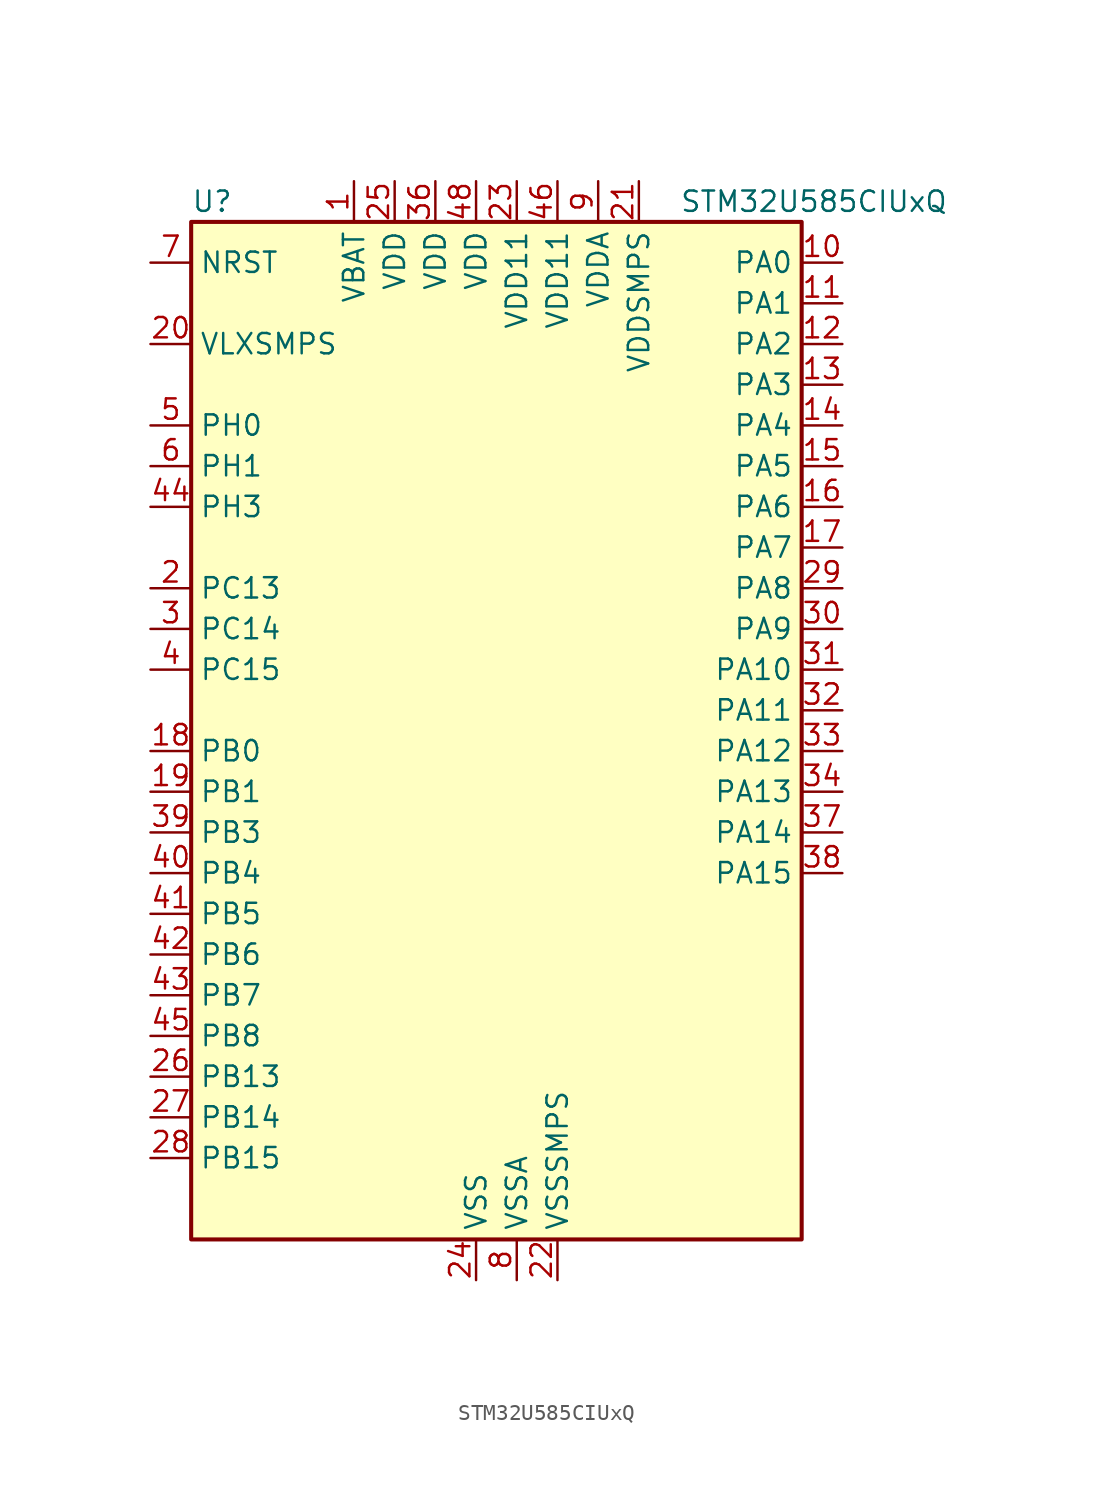
<source format=kicad_sym>
(kicad_symbol_lib
  (version 20211014)
  (generator kicad-library-utils)
  (symbol "STM32U585CIUxQ"
    (property "Reference" "U"
      (at -17.78 34.29 0)
      (effects (font (size 1.27 1.27)) (justify left)))
    (property "Value" "STM32U585CIUxQ"
      (at 12.7 34.29 0)
      (effects (font (size 1.27 1.27)) (justify left)))
    (property "ki_fp_filters" "QFN*1EP*7x7mm*P0.5mm*"
      (at 0.0 0.0 0.0)
      (effects (font (size 1.27 1.27))))
    (symbol "STM32U585CIUxQ_0_1"
      (rectangle (start -17.78 -30.48) (end 20.32 33.02) (stroke (width 0.254)) (fill (type background))))
    (symbol "STM32U585CIUxQ_1_1"
      (pin input line (at -20.32 30.48 0) (length 2.54) (name "NRST" (effects (font (size 1.27 1.27)))) (number "7" (effects (font (size 1.27 1.27)))))
      (pin power_in line (at -20.32 25.4 0) (length 2.54) (name "VLXSMPS" (effects (font (size 1.27 1.27)))) (number "20" (effects (font (size 1.27 1.27)))))
      (pin bidirectional line (at -20.32 20.32 0) (length 2.54) (name "PH0" (effects (font (size 1.27 1.27)))) (number "5" (effects (font (size 1.27 1.27)))) (alternate "RCC_OSC_IN" bidirectional line))
      (pin bidirectional line (at -20.32 17.78 0) (length 2.54) (name "PH1" (effects (font (size 1.27 1.27)))) (number "6" (effects (font (size 1.27 1.27)))) (alternate "RCC_OSC_OUT" bidirectional line))
      (pin bidirectional line (at -20.32 15.24 0) (length 2.54) (name "PH3" (effects (font (size 1.27 1.27)))) (number "44" (effects (font (size 1.27 1.27)))))
      (pin bidirectional line (at -20.32 10.16 0) (length 2.54) (name "PC13" (effects (font (size 1.27 1.27)))) (number "2" (effects (font (size 1.27 1.27)))) (alternate "PWR_WKUP2" bidirectional line) (alternate "RTC_OUT1" bidirectional line) (alternate "RTC_TS" bidirectional line) (alternate "TAMP_IN1" bidirectional line) (alternate "TAMP_OUT2" bidirectional line))
      (pin bidirectional line (at -20.32 7.62 0) (length 2.54) (name "PC14" (effects (font (size 1.27 1.27)))) (number "3" (effects (font (size 1.27 1.27)))) (alternate "RCC_OSC32_IN" bidirectional line))
      (pin bidirectional line (at -20.32 5.08 0) (length 2.54) (name "PC15" (effects (font (size 1.27 1.27)))) (number "4" (effects (font (size 1.27 1.27)))) (alternate "ADC1_EXTI15" bidirectional line) (alternate "ADC4_EXTI15" bidirectional line) (alternate "RCC_OSC32_OUT" bidirectional line))
      (pin bidirectional line (at -20.32 0.0 0) (length 2.54) (name "PB0" (effects (font (size 1.27 1.27)))) (number "18" (effects (font (size 1.27 1.27)))) (alternate "ADC1_IN15" bidirectional line) (alternate "ADC4_IN18" bidirectional line) (alternate "AUDIOCLK" bidirectional line) (alternate "COMP1_OUT" bidirectional line) (alternate "LPTIM3_CH1" bidirectional line) (alternate "OCTOSPIM_P1_IO1" bidirectional line) (alternate "OPAMP2_VOUT" bidirectional line) (alternate "SPI1_NSS" bidirectional line) (alternate "TIM1_CH2N" bidirectional line) (alternate "TIM3_CH3" bidirectional line) (alternate "TIM8_CH2N" bidirectional line) (alternate "USART3_CK" bidirectional line))
      (pin bidirectional line (at -20.32 -2.54 0) (length 2.54) (name "PB1" (effects (font (size 1.27 1.27)))) (number "19" (effects (font (size 1.27 1.27)))) (alternate "ADC1_IN16" bidirectional line) (alternate "ADC4_IN19" bidirectional line) (alternate "COMP1_INM" bidirectional line) (alternate "LPTIM2_IN1" bidirectional line) (alternate "LPTIM3_CH2" bidirectional line) (alternate "LPUART1_DE" bidirectional line) (alternate "LPUART1_RTS" bidirectional line) (alternate "MDF1_SDI0" bidirectional line) (alternate "OCTOSPIM_P1_IO0" bidirectional line) (alternate "PWR_WKUP4" bidirectional line) (alternate "TIM1_CH3N" bidirectional line) (alternate "TIM3_CH4" bidirectional line) (alternate "TIM8_CH3N" bidirectional line) (alternate "USART3_DE" bidirectional line) (alternate "USART3_RTS" bidirectional line))
      (pin bidirectional line (at -20.32 -5.08 0) (length 2.54) (name "PB3" (effects (font (size 1.27 1.27)))) (number "39" (effects (font (size 1.27 1.27)))) (alternate "ADF1_CCK0" bidirectional line) (alternate "COMP2_INM" bidirectional line) (alternate "CRS_SYNC" bidirectional line) (alternate "DEBUG_JTDO-SWO" bidirectional line) (alternate "I2C1_SDA" bidirectional line) (alternate "LPTIM1_CH1" bidirectional line) (alternate "SAI1_SCK_B" bidirectional line) (alternate "SPI1_SCK" bidirectional line) (alternate "SPI3_SCK" bidirectional line) (alternate "TIM2_CH2" bidirectional line) (alternate "USART1_DE" bidirectional line) (alternate "USART1_RTS" bidirectional line))
      (pin bidirectional line (at -20.32 -7.62 0) (length 2.54) (name "PB4" (effects (font (size 1.27 1.27)))) (number "40" (effects (font (size 1.27 1.27)))) (alternate "ADF1_SDI0" bidirectional line) (alternate "COMP2_INP" bidirectional line) (alternate "DEBUG_JTRST" bidirectional line) (alternate "I2C3_SDA" bidirectional line) (alternate "LPTIM1_CH2" bidirectional line) (alternate "SAI1_MCLK_B" bidirectional line) (alternate "SPI1_MISO" bidirectional line) (alternate "SPI3_MISO" bidirectional line) (alternate "TIM17_BKIN" bidirectional line) (alternate "TIM3_CH1" bidirectional line) (alternate "TSC_G2_IO1" bidirectional line) (alternate "USART1_CTS" bidirectional line))
      (pin bidirectional line (at -20.32 -10.16 0) (length 2.54) (name "PB5" (effects (font (size 1.27 1.27)))) (number "41" (effects (font (size 1.27 1.27)))) (alternate "COMP2_OUT" bidirectional line) (alternate "I2C1_SMBA" bidirectional line) (alternate "LPTIM1_IN1" bidirectional line) (alternate "OCTOSPIM_P1_NCLK" bidirectional line) (alternate "PWR_WKUP6" bidirectional line) (alternate "SAI1_SD_B" bidirectional line) (alternate "SPI1_MOSI" bidirectional line) (alternate "SPI3_MOSI" bidirectional line) (alternate "TIM16_BKIN" bidirectional line) (alternate "TIM3_CH2" bidirectional line) (alternate "TSC_G2_IO2" bidirectional line) (alternate "UCPD1_DBCC1" bidirectional line) (alternate "USART1_CK" bidirectional line))
      (pin bidirectional line (at -20.32 -12.7 0) (length 2.54) (name "PB6" (effects (font (size 1.27 1.27)))) (number "42" (effects (font (size 1.27 1.27)))) (alternate "COMP2_INP" bidirectional line) (alternate "I2C1_SCL" bidirectional line) (alternate "I2C4_SCL" bidirectional line) (alternate "LPTIM1_ETR" bidirectional line) (alternate "MDF1_SDI5" bidirectional line) (alternate "PWR_WKUP3" bidirectional line) (alternate "SAI1_FS_B" bidirectional line) (alternate "TIM16_CH1N" bidirectional line) (alternate "TIM4_CH1" bidirectional line) (alternate "TIM8_BKIN2" bidirectional line) (alternate "TSC_G2_IO3" bidirectional line) (alternate "USART1_TX" bidirectional line))
      (pin bidirectional line (at -20.32 -15.24 0) (length 2.54) (name "PB7" (effects (font (size 1.27 1.27)))) (number "43" (effects (font (size 1.27 1.27)))) (alternate "COMP2_INM" bidirectional line) (alternate "I2C1_SDA" bidirectional line) (alternate "I2C4_SDA" bidirectional line) (alternate "LPTIM1_IN2" bidirectional line) (alternate "MDF1_CKI5" bidirectional line) (alternate "PWR_PVD_IN" bidirectional line) (alternate "PWR_WKUP4" bidirectional line) (alternate "TIM17_CH1N" bidirectional line) (alternate "TIM4_CH2" bidirectional line) (alternate "TIM8_BKIN" bidirectional line) (alternate "TSC_G2_IO4" bidirectional line) (alternate "UART4_CTS" bidirectional line) (alternate "USART1_RX" bidirectional line))
      (pin bidirectional line (at -20.32 -17.78 0) (length 2.54) (name "PB8" (effects (font (size 1.27 1.27)))) (number "45" (effects (font (size 1.27 1.27)))) (alternate "FDCAN1_RX" bidirectional line) (alternate "I2C1_SCL" bidirectional line) (alternate "MDF1_CCK0" bidirectional line) (alternate "PWR_WKUP5" bidirectional line) (alternate "SAI1_CK1" bidirectional line) (alternate "SAI1_MCLK_A" bidirectional line) (alternate "SPI3_RDY" bidirectional line) (alternate "TIM16_CH1" bidirectional line) (alternate "TIM4_CH3" bidirectional line))
      (pin bidirectional line (at -20.32 -20.32 0) (length 2.54) (name "PB13" (effects (font (size 1.27 1.27)))) (number "26" (effects (font (size 1.27 1.27)))) (alternate "I2C2_SCL" bidirectional line) (alternate "LPTIM3_IN1" bidirectional line) (alternate "LPUART1_CTS" bidirectional line) (alternate "MDF1_CKI1" bidirectional line) (alternate "SPI2_SCK" bidirectional line) (alternate "TIM15_CH1N" bidirectional line) (alternate "TIM1_CH1N" bidirectional line) (alternate "TSC_G1_IO2" bidirectional line) (alternate "USART3_CTS" bidirectional line))
      (pin bidirectional line (at -20.32 -22.86 0) (length 2.54) (name "PB14" (effects (font (size 1.27 1.27)))) (number "27" (effects (font (size 1.27 1.27)))) (alternate "I2C2_SDA" bidirectional line) (alternate "LPTIM3_ETR" bidirectional line) (alternate "MDF1_SDI2" bidirectional line) (alternate "SPI2_MISO" bidirectional line) (alternate "TIM15_CH1" bidirectional line) (alternate "TIM1_CH2N" bidirectional line) (alternate "TIM8_CH2N" bidirectional line) (alternate "TSC_G1_IO3" bidirectional line) (alternate "UCPD1_DBCC2" bidirectional line) (alternate "USART3_DE" bidirectional line) (alternate "USART3_RTS" bidirectional line))
      (pin bidirectional line (at -20.32 -25.4 0) (length 2.54) (name "PB15" (effects (font (size 1.27 1.27)))) (number "28" (effects (font (size 1.27 1.27)))) (alternate "ADC1_EXTI15" bidirectional line) (alternate "ADC4_EXTI15" bidirectional line) (alternate "LPTIM2_IN2" bidirectional line) (alternate "MDF1_CKI2" bidirectional line) (alternate "PWR_WKUP7" bidirectional line) (alternate "RTC_REFIN" bidirectional line) (alternate "SPI2_MOSI" bidirectional line) (alternate "TIM15_CH2" bidirectional line) (alternate "TIM1_CH3N" bidirectional line) (alternate "TIM8_CH3N" bidirectional line) (alternate "UCPD1_CC2" bidirectional line))
      (pin bidirectional line (at 22.86 30.48 180) (length 2.54) (name "PA0" (effects (font (size 1.27 1.27)))) (number "10" (effects (font (size 1.27 1.27)))) (alternate "ADC1_IN5" bidirectional line) (alternate "AUDIOCLK" bidirectional line) (alternate "OCTOSPIM_P2_NCS" bidirectional line) (alternate "OPAMP1_VINP" bidirectional line) (alternate "PWR_WKUP1" bidirectional line) (alternate "SPI3_RDY" bidirectional line) (alternate "TAMP_IN2" bidirectional line) (alternate "TAMP_OUT1" bidirectional line) (alternate "TIM2_CH1" bidirectional line) (alternate "TIM2_ETR" bidirectional line) (alternate "TIM5_CH1" bidirectional line) (alternate "TIM8_ETR" bidirectional line) (alternate "UART4_TX" bidirectional line) (alternate "USART2_CTS" bidirectional line))
      (pin bidirectional line (at 22.86 27.94 180) (length 2.54) (name "PA1" (effects (font (size 1.27 1.27)))) (number "11" (effects (font (size 1.27 1.27)))) (alternate "ADC1_IN6" bidirectional line) (alternate "I2C1_SMBA" bidirectional line) (alternate "LPTIM1_CH2" bidirectional line) (alternate "OCTOSPIM_P1_DQS" bidirectional line) (alternate "OPAMP1_VINM" bidirectional line) (alternate "PWR_WKUP3" bidirectional line) (alternate "SPI1_SCK" bidirectional line) (alternate "TAMP_IN5" bidirectional line) (alternate "TAMP_OUT4" bidirectional line) (alternate "TIM15_CH1N" bidirectional line) (alternate "TIM2_CH2" bidirectional line) (alternate "TIM5_CH2" bidirectional line) (alternate "UART4_RX" bidirectional line) (alternate "USART2_DE" bidirectional line) (alternate "USART2_RTS" bidirectional line))
      (pin bidirectional line (at 22.86 25.4 180) (length 2.54) (name "PA2" (effects (font (size 1.27 1.27)))) (number "12" (effects (font (size 1.27 1.27)))) (alternate "ADC1_IN7" bidirectional line) (alternate "COMP1_INP" bidirectional line) (alternate "LPUART1_TX" bidirectional line) (alternate "OCTOSPIM_P1_NCS" bidirectional line) (alternate "PWR_WKUP4" bidirectional line) (alternate "RCC_LSCO" bidirectional line) (alternate "SPI1_RDY" bidirectional line) (alternate "TIM15_CH1" bidirectional line) (alternate "TIM2_CH3" bidirectional line) (alternate "TIM5_CH3" bidirectional line) (alternate "UCPD1_FRSTX1" bidirectional line) (alternate "USART2_TX" bidirectional line))
      (pin bidirectional line (at 22.86 22.86 180) (length 2.54) (name "PA3" (effects (font (size 1.27 1.27)))) (number "13" (effects (font (size 1.27 1.27)))) (alternate "ADC1_IN8" bidirectional line) (alternate "LPUART1_RX" bidirectional line) (alternate "OCTOSPIM_P1_CLK" bidirectional line) (alternate "OPAMP1_VOUT" bidirectional line) (alternate "PWR_WKUP5" bidirectional line) (alternate "SAI1_CK1" bidirectional line) (alternate "SAI1_MCLK_A" bidirectional line) (alternate "TIM15_CH2" bidirectional line) (alternate "TIM2_CH4" bidirectional line) (alternate "TIM5_CH4" bidirectional line) (alternate "USART2_RX" bidirectional line))
      (pin bidirectional line (at 22.86 20.32 180) (length 2.54) (name "PA4" (effects (font (size 1.27 1.27)))) (number "14" (effects (font (size 1.27 1.27)))) (alternate "ADC1_IN9" bidirectional line) (alternate "ADC4_IN9" bidirectional line) (alternate "DAC1_OUT1" bidirectional line) (alternate "LPTIM2_CH1" bidirectional line) (alternate "OCTOSPIM_P1_NCS" bidirectional line) (alternate "PWR_WKUP2" bidirectional line) (alternate "SAI1_FS_B" bidirectional line) (alternate "SPI1_NSS" bidirectional line) (alternate "SPI3_NSS" bidirectional line) (alternate "USART2_CK" bidirectional line))
      (pin bidirectional line (at 22.86 17.78 180) (length 2.54) (name "PA5" (effects (font (size 1.27 1.27)))) (number "15" (effects (font (size 1.27 1.27)))) (alternate "ADC1_IN10" bidirectional line) (alternate "ADC4_IN10" bidirectional line) (alternate "DAC1_OUT2" bidirectional line) (alternate "LPTIM2_ETR" bidirectional line) (alternate "PWR_CSLEEP" bidirectional line) (alternate "PWR_WKUP6" bidirectional line) (alternate "SPI1_SCK" bidirectional line) (alternate "TIM2_CH1" bidirectional line) (alternate "TIM2_ETR" bidirectional line) (alternate "TIM8_CH1N" bidirectional line) (alternate "USART3_RX" bidirectional line))
      (pin bidirectional line (at 22.86 15.24 180) (length 2.54) (name "PA6" (effects (font (size 1.27 1.27)))) (number "16" (effects (font (size 1.27 1.27)))) (alternate "ADC1_IN11" bidirectional line) (alternate "ADC4_IN11" bidirectional line) (alternate "LPUART1_CTS" bidirectional line) (alternate "OCTOSPIM_P1_IO3" bidirectional line) (alternate "OPAMP2_VINP" bidirectional line) (alternate "PWR_CDSTOP" bidirectional line) (alternate "PWR_WKUP7" bidirectional line) (alternate "SPI1_MISO" bidirectional line) (alternate "TIM16_CH1" bidirectional line) (alternate "TIM1_BKIN" bidirectional line) (alternate "TIM3_CH1" bidirectional line) (alternate "TIM8_BKIN" bidirectional line) (alternate "USART3_CTS" bidirectional line))
      (pin bidirectional line (at 22.86 12.7 180) (length 2.54) (name "PA7" (effects (font (size 1.27 1.27)))) (number "17" (effects (font (size 1.27 1.27)))) (alternate "ADC1_IN12" bidirectional line) (alternate "ADC4_IN20" bidirectional line) (alternate "I2C3_SCL" bidirectional line) (alternate "LPTIM2_CH2" bidirectional line) (alternate "OCTOSPIM_P1_IO2" bidirectional line) (alternate "OPAMP2_VINM" bidirectional line) (alternate "PWR_SRDSTOP" bidirectional line) (alternate "PWR_WKUP8" bidirectional line) (alternate "SPI1_MOSI" bidirectional line) (alternate "TIM17_CH1" bidirectional line) (alternate "TIM1_CH1N" bidirectional line) (alternate "TIM3_CH2" bidirectional line) (alternate "TIM8_CH1N" bidirectional line) (alternate "USART3_TX" bidirectional line))
      (pin bidirectional line (at 22.86 10.16 180) (length 2.54) (name "PA8" (effects (font (size 1.27 1.27)))) (number "29" (effects (font (size 1.27 1.27)))) (alternate "DEBUG_TRACECLK" bidirectional line) (alternate "LPTIM2_CH1" bidirectional line) (alternate "RCC_MCO" bidirectional line) (alternate "SAI1_CK2" bidirectional line) (alternate "SAI1_SCK_A" bidirectional line) (alternate "SPI1_RDY" bidirectional line) (alternate "TIM1_CH1" bidirectional line) (alternate "USART1_CK" bidirectional line) (alternate "USB_OTG_FS_SOF" bidirectional line))
      (pin bidirectional line (at 22.86 7.62 180) (length 2.54) (name "PA9" (effects (font (size 1.27 1.27)))) (number "30" (effects (font (size 1.27 1.27)))) (alternate "DAC1_EXTI9" bidirectional line) (alternate "SAI1_FS_A" bidirectional line) (alternate "SPI2_SCK" bidirectional line) (alternate "TIM15_BKIN" bidirectional line) (alternate "TIM1_CH2" bidirectional line) (alternate "USART1_TX" bidirectional line) (alternate "USB_OTG_FS_VBUS" bidirectional line))
      (pin bidirectional line (at 22.86 5.08 180) (length 2.54) (name "PA10" (effects (font (size 1.27 1.27)))) (number "31" (effects (font (size 1.27 1.27)))) (alternate "CRS_SYNC" bidirectional line) (alternate "LPTIM2_IN2" bidirectional line) (alternate "SAI1_D1" bidirectional line) (alternate "SAI1_SD_A" bidirectional line) (alternate "TIM17_BKIN" bidirectional line) (alternate "TIM1_CH3" bidirectional line) (alternate "USART1_RX" bidirectional line) (alternate "USB_OTG_FS_ID" bidirectional line))
      (pin bidirectional line (at 22.86 2.54 180) (length 2.54) (name "PA11" (effects (font (size 1.27 1.27)))) (number "32" (effects (font (size 1.27 1.27)))) (alternate "ADC1_EXTI11" bidirectional line) (alternate "FDCAN1_RX" bidirectional line) (alternate "SPI1_MISO" bidirectional line) (alternate "TIM1_BKIN2" bidirectional line) (alternate "TIM1_CH4" bidirectional line) (alternate "USART1_CTS" bidirectional line) (alternate "USB_OTG_FS_DM" bidirectional line))
      (pin bidirectional line (at 22.86 0.0 180) (length 2.54) (name "PA12" (effects (font (size 1.27 1.27)))) (number "33" (effects (font (size 1.27 1.27)))) (alternate "FDCAN1_TX" bidirectional line) (alternate "OCTOSPIM_P2_NCS" bidirectional line) (alternate "SPI1_MOSI" bidirectional line) (alternate "TIM1_ETR" bidirectional line) (alternate "USART1_DE" bidirectional line) (alternate "USART1_RTS" bidirectional line) (alternate "USB_OTG_FS_DP" bidirectional line))
      (pin bidirectional line (at 22.86 -2.54 180) (length 2.54) (name "PA13" (effects (font (size 1.27 1.27)))) (number "34" (effects (font (size 1.27 1.27)))) (alternate "DEBUG_JTMS-SWDIO" bidirectional line) (alternate "IR_OUT" bidirectional line) (alternate "SAI1_SD_B" bidirectional line) (alternate "USB_OTG_FS_NOE" bidirectional line))
      (pin bidirectional line (at 22.86 -5.08 180) (length 2.54) (name "PA14" (effects (font (size 1.27 1.27)))) (number "37" (effects (font (size 1.27 1.27)))) (alternate "DEBUG_JTCK-SWCLK" bidirectional line) (alternate "I2C1_SMBA" bidirectional line) (alternate "I2C4_SMBA" bidirectional line) (alternate "LPTIM1_CH1" bidirectional line) (alternate "SAI1_FS_B" bidirectional line) (alternate "USB_OTG_FS_SOF" bidirectional line))
      (pin bidirectional line (at 22.86 -7.62 180) (length 2.54) (name "PA15" (effects (font (size 1.27 1.27)))) (number "38" (effects (font (size 1.27 1.27)))) (alternate "ADC1_EXTI15" bidirectional line) (alternate "ADC4_EXTI15" bidirectional line) (alternate "DEBUG_JTDI" bidirectional line) (alternate "SPI1_NSS" bidirectional line) (alternate "SPI3_NSS" bidirectional line) (alternate "TIM2_CH1" bidirectional line) (alternate "TIM2_ETR" bidirectional line) (alternate "UART4_DE" bidirectional line) (alternate "UART4_RTS" bidirectional line) (alternate "UCPD1_CC1" bidirectional line) (alternate "USART2_RX" bidirectional line) (alternate "USART3_DE" bidirectional line) (alternate "USART3_RTS" bidirectional line))
      (pin power_in line (at -7.62 35.56 270) (length 2.54) (name "VBAT" (effects (font (size 1.27 1.27)))) (number "1" (effects (font (size 1.27 1.27)))))
      (pin power_in line (at -5.08 35.56 270) (length 2.54) (name "VDD" (effects (font (size 1.27 1.27)))) (number "25" (effects (font (size 1.27 1.27)))))
      (pin power_in line (at -2.54 35.56 270) (length 2.54) (name "VDD" (effects (font (size 1.27 1.27)))) (number "36" (effects (font (size 1.27 1.27)))))
      (pin power_in line (at 0.0 35.56 270) (length 2.54) (name "VDD" (effects (font (size 1.27 1.27)))) (number "48" (effects (font (size 1.27 1.27)))))
      (pin power_in line (at 2.54 35.56 270) (length 2.54) (name "VDD11" (effects (font (size 1.27 1.27)))) (number "23" (effects (font (size 1.27 1.27)))))
      (pin power_in line (at 5.08 35.56 270) (length 2.54) (name "VDD11" (effects (font (size 1.27 1.27)))) (number "46" (effects (font (size 1.27 1.27)))))
      (pin power_in line (at 7.62 35.56 270) (length 2.54) (name "VDDA" (effects (font (size 1.27 1.27)))) (number "9" (effects (font (size 1.27 1.27)))))
      (pin power_in line (at 10.16 35.56 270) (length 2.54) (name "VDDSMPS" (effects (font (size 1.27 1.27)))) (number "21" (effects (font (size 1.27 1.27)))))
      (pin power_in line (at 0.0 -33.02 90) (length 2.54) (name "VSS" (effects (font (size 1.27 1.27)))) (number "24" (effects (font (size 1.27 1.27)))))
      (pin passive line (at 0.0 -33.02 90) (length 2.54) hide (name "VSS" (effects (font (size 1.27 1.27)))) (number "35" (effects (font (size 1.27 1.27)))))
      (pin passive line (at 0.0 -33.02 90) (length 2.54) hide (name "VSS" (effects (font (size 1.27 1.27)))) (number "47" (effects (font (size 1.27 1.27)))))
      (pin passive line (at 0.0 -33.02 90) (length 2.54) hide (name "VSS" (effects (font (size 1.27 1.27)))) (number "49" (effects (font (size 1.27 1.27)))))
      (pin power_in line (at 2.54 -33.02 90) (length 2.54) (name "VSSA" (effects (font (size 1.27 1.27)))) (number "8" (effects (font (size 1.27 1.27)))))
      (pin power_in line (at 5.08 -33.02 90) (length 2.54) (name "VSSSMPS" (effects (font (size 1.27 1.27)))) (number "22" (effects (font (size 1.27 1.27))))))))
</source>
